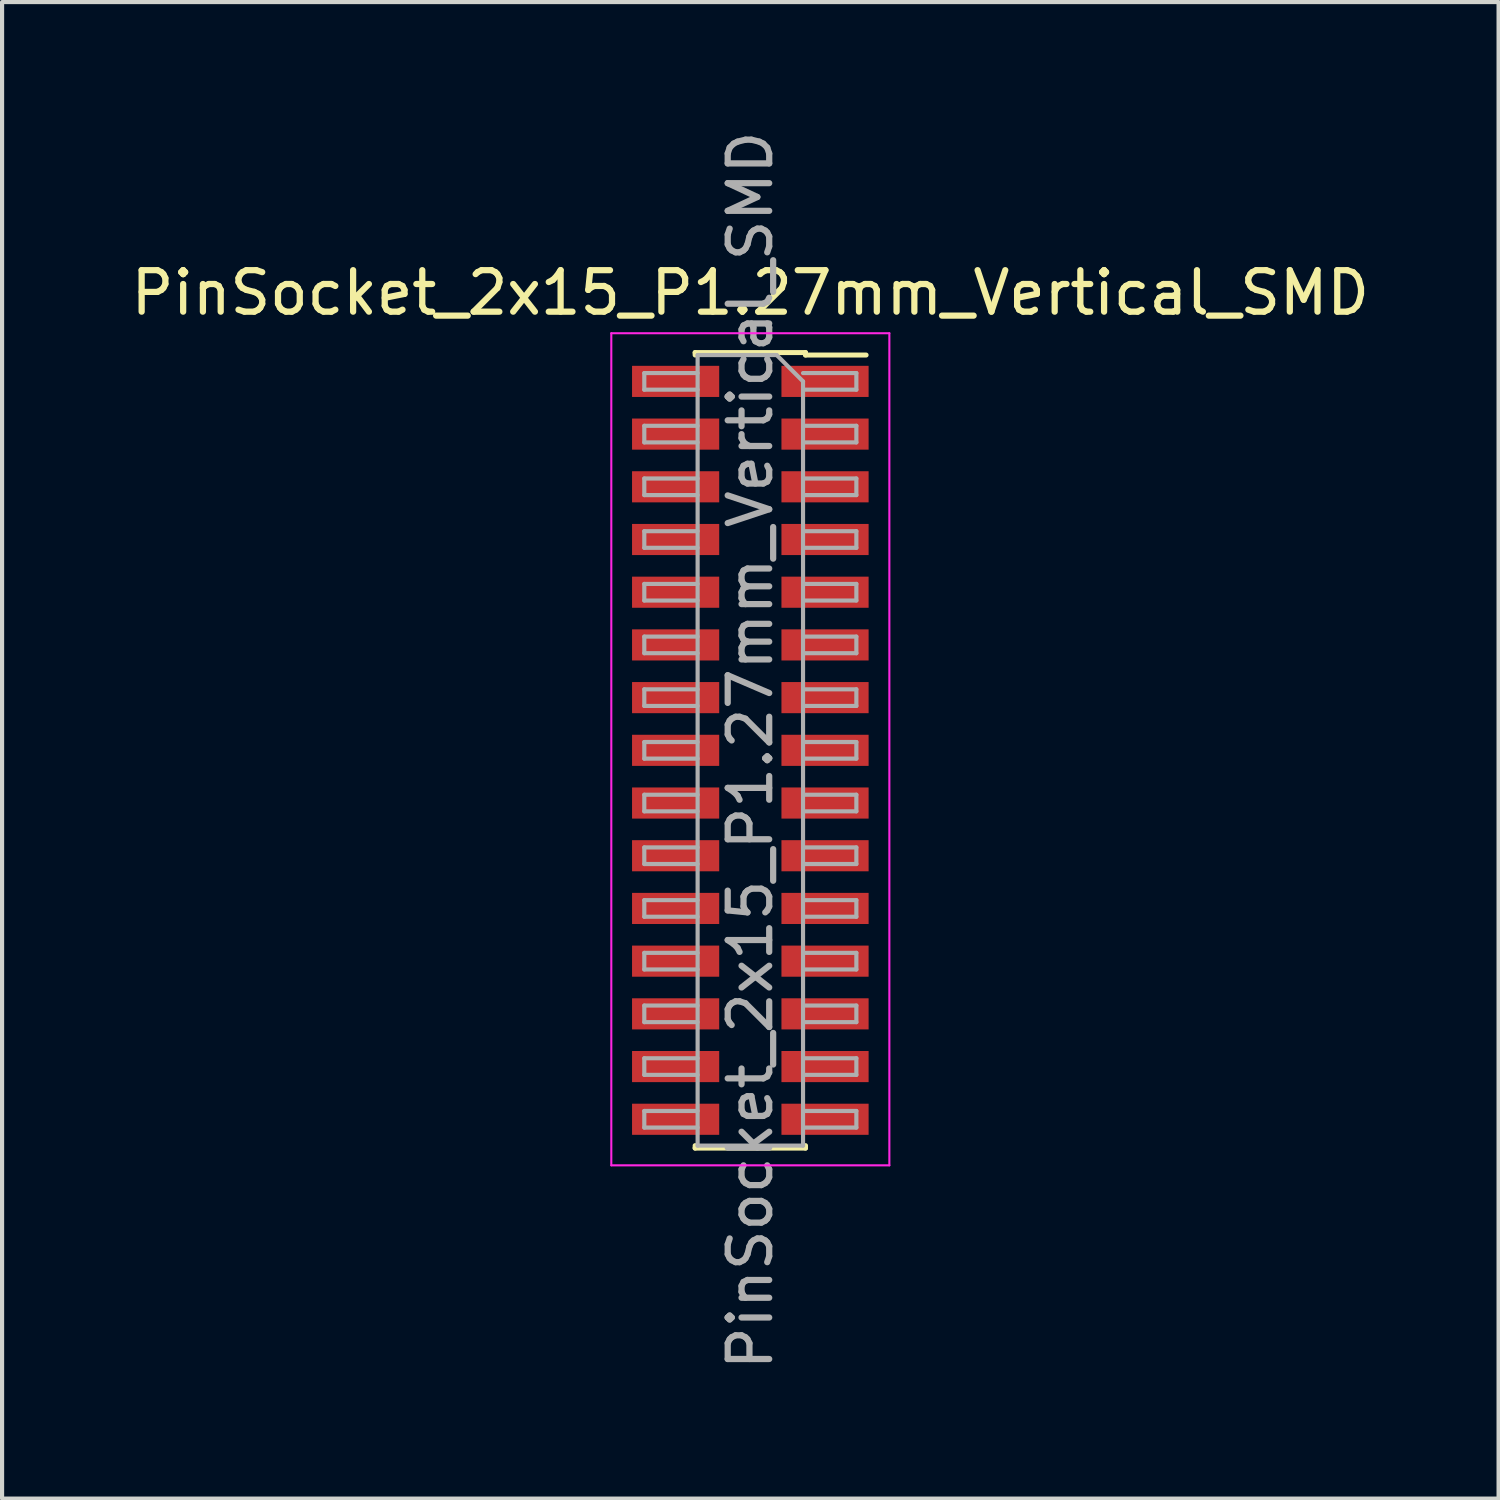
<source format=kicad_pcb>
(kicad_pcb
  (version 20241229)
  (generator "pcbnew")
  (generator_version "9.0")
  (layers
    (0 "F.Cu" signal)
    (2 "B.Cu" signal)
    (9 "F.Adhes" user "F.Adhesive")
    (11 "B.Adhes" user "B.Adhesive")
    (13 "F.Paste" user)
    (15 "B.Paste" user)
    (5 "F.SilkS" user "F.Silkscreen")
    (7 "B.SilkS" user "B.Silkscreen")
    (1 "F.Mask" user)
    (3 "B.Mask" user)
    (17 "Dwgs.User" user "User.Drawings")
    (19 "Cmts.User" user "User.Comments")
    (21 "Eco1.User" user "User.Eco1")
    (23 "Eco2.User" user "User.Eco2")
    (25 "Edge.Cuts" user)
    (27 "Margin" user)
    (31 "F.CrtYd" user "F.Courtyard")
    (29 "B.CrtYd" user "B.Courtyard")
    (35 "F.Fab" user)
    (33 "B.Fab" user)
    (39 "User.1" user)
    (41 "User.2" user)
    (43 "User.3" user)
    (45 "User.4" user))
  (footprint "PinSocket_2x15_P1.27mm_Vertical_SMD"
    (layer "F.Cu")
    (at 15.03 15.03)
    (property "Reference" "PinSocket_2x15_P1.27mm_Vertical_SMD" (at 0 -11.025 0) (layer "F.SilkS") (effects (font (size 1 1) (thickness 0.15))))
    (attr smd)
    (fp_line (start -1.33 -9.585) (end -1.33 -9.525) (stroke (width 0.12) (type solid)) (layer "F.SilkS"))
    (fp_line (start -1.33 -9.585) (end 1.33 -9.585) (stroke (width 0.12) (type solid)) (layer "F.SilkS"))
    (fp_line (start -1.33 9.525) (end -1.33 9.585) (stroke (width 0.12) (type solid)) (layer "F.SilkS"))
    (fp_line (start -1.33 9.585) (end 1.33 9.585) (stroke (width 0.12) (type solid)) (layer "F.SilkS"))
    (fp_line (start 1.33 -9.585) (end 1.33 -9.525) (stroke (width 0.12) (type solid)) (layer "F.SilkS"))
    (fp_line (start 1.33 -9.525) (end 2.79 -9.525) (stroke (width 0.12) (type solid)) (layer "F.SilkS"))
    (fp_line (start 1.33 9.525) (end 1.33 9.585) (stroke (width 0.12) (type solid)) (layer "F.SilkS"))
    (fp_line (start -3.35 -10.05) (end 3.35 -10.05) (stroke (width 0.05) (type solid)) (layer "F.CrtYd"))
    (fp_line (start -3.35 10) (end -3.35 -10.05) (stroke (width 0.05) (type solid)) (layer "F.CrtYd"))
    (fp_line (start 3.35 -10.05) (end 3.35 10) (stroke (width 0.05) (type solid)) (layer "F.CrtYd"))
    (fp_line (start 3.35 10) (end -3.35 10) (stroke (width 0.05) (type solid)) (layer "F.CrtYd"))
    (fp_line (start -2.555 -9.09) (end -1.27 -9.09) (stroke (width 0.1) (type solid)) (layer "F.Fab"))
    (fp_line (start -2.555 -8.69) (end -2.555 -9.09) (stroke (width 0.1) (type solid)) (layer "F.Fab"))
    (fp_line (start -2.555 -7.82) (end -1.27 -7.82) (stroke (width 0.1) (type solid)) (layer "F.Fab"))
    (fp_line (start -2.555 -7.42) (end -2.555 -7.82) (stroke (width 0.1) (type solid)) (layer "F.Fab"))
    (fp_line (start -2.555 -6.55) (end -1.27 -6.55) (stroke (width 0.1) (type solid)) (layer "F.Fab"))
    (fp_line (start -2.555 -6.15) (end -2.555 -6.55) (stroke (width 0.1) (type solid)) (layer "F.Fab"))
    (fp_line (start -2.555 -5.28) (end -1.27 -5.28) (stroke (width 0.1) (type solid)) (layer "F.Fab"))
    (fp_line (start -2.555 -4.88) (end -2.555 -5.28) (stroke (width 0.1) (type solid)) (layer "F.Fab"))
    (fp_line (start -2.555 -4.01) (end -1.27 -4.01) (stroke (width 0.1) (type solid)) (layer "F.Fab"))
    (fp_line (start -2.555 -3.61) (end -2.555 -4.01) (stroke (width 0.1) (type solid)) (layer "F.Fab"))
    (fp_line (start -2.555 -2.74) (end -1.27 -2.74) (stroke (width 0.1) (type solid)) (layer "F.Fab"))
    (fp_line (start -2.555 -2.34) (end -2.555 -2.74) (stroke (width 0.1) (type solid)) (layer "F.Fab"))
    (fp_line (start -2.555 -1.47) (end -1.27 -1.47) (stroke (width 0.1) (type solid)) (layer "F.Fab"))
    (fp_line (start -2.555 -1.07) (end -2.555 -1.47) (stroke (width 0.1) (type solid)) (layer "F.Fab"))
    (fp_line (start -2.555 -0.2) (end -1.27 -0.2) (stroke (width 0.1) (type solid)) (layer "F.Fab"))
    (fp_line (start -2.555 0.2) (end -2.555 -0.2) (stroke (width 0.1) (type solid)) (layer "F.Fab"))
    (fp_line (start -2.555 1.07) (end -1.27 1.07) (stroke (width 0.1) (type solid)) (layer "F.Fab"))
    (fp_line (start -2.555 1.47) (end -2.555 1.07) (stroke (width 0.1) (type solid)) (layer "F.Fab"))
    (fp_line (start -2.555 2.34) (end -1.27 2.34) (stroke (width 0.1) (type solid)) (layer "F.Fab"))
    (fp_line (start -2.555 2.74) (end -2.555 2.34) (stroke (width 0.1) (type solid)) (layer "F.Fab"))
    (fp_line (start -2.555 3.61) (end -1.27 3.61) (stroke (width 0.1) (type solid)) (layer "F.Fab"))
    (fp_line (start -2.555 4.01) (end -2.555 3.61) (stroke (width 0.1) (type solid)) (layer "F.Fab"))
    (fp_line (start -2.555 4.88) (end -1.27 4.88) (stroke (width 0.1) (type solid)) (layer "F.Fab"))
    (fp_line (start -2.555 5.28) (end -2.555 4.88) (stroke (width 0.1) (type solid)) (layer "F.Fab"))
    (fp_line (start -2.555 6.15) (end -1.27 6.15) (stroke (width 0.1) (type solid)) (layer "F.Fab"))
    (fp_line (start -2.555 6.55) (end -2.555 6.15) (stroke (width 0.1) (type solid)) (layer "F.Fab"))
    (fp_line (start -2.555 7.42) (end -1.27 7.42) (stroke (width 0.1) (type solid)) (layer "F.Fab"))
    (fp_line (start -2.555 7.82) (end -2.555 7.42) (stroke (width 0.1) (type solid)) (layer "F.Fab"))
    (fp_line (start -2.555 8.69) (end -1.27 8.69) (stroke (width 0.1) (type solid)) (layer "F.Fab"))
    (fp_line (start -2.555 9.09) (end -2.555 8.69) (stroke (width 0.1) (type solid)) (layer "F.Fab"))
    (fp_line (start -1.27 -9.525) (end 0.635 -9.525) (stroke (width 0.1) (type solid)) (layer "F.Fab"))
    (fp_line (start -1.27 -8.69) (end -2.555 -8.69) (stroke (width 0.1) (type solid)) (layer "F.Fab"))
    (fp_line (start -1.27 -7.42) (end -2.555 -7.42) (stroke (width 0.1) (type solid)) (layer "F.Fab"))
    (fp_line (start -1.27 -6.15) (end -2.555 -6.15) (stroke (width 0.1) (type solid)) (layer "F.Fab"))
    (fp_line (start -1.27 -4.88) (end -2.555 -4.88) (stroke (width 0.1) (type solid)) (layer "F.Fab"))
    (fp_line (start -1.27 -3.61) (end -2.555 -3.61) (stroke (width 0.1) (type solid)) (layer "F.Fab"))
    (fp_line (start -1.27 -2.34) (end -2.555 -2.34) (stroke (width 0.1) (type solid)) (layer "F.Fab"))
    (fp_line (start -1.27 -1.07) (end -2.555 -1.07) (stroke (width 0.1) (type solid)) (layer "F.Fab"))
    (fp_line (start -1.27 0.2) (end -2.555 0.2) (stroke (width 0.1) (type solid)) (layer "F.Fab"))
    (fp_line (start -1.27 1.47) (end -2.555 1.47) (stroke (width 0.1) (type solid)) (layer "F.Fab"))
    (fp_line (start -1.27 2.74) (end -2.555 2.74) (stroke (width 0.1) (type solid)) (layer "F.Fab"))
    (fp_line (start -1.27 4.01) (end -2.555 4.01) (stroke (width 0.1) (type solid)) (layer "F.Fab"))
    (fp_line (start -1.27 5.28) (end -2.555 5.28) (stroke (width 0.1) (type solid)) (layer "F.Fab"))
    (fp_line (start -1.27 6.55) (end -2.555 6.55) (stroke (width 0.1) (type solid)) (layer "F.Fab"))
    (fp_line (start -1.27 7.82) (end -2.555 7.82) (stroke (width 0.1) (type solid)) (layer "F.Fab"))
    (fp_line (start -1.27 9.09) (end -2.555 9.09) (stroke (width 0.1) (type solid)) (layer "F.Fab"))
    (fp_line (start -1.27 9.525) (end -1.27 -9.525) (stroke (width 0.1) (type solid)) (layer "F.Fab"))
    (fp_line (start 0.635 -9.525) (end 1.27 -8.89) (stroke (width 0.1) (type solid)) (layer "F.Fab"))
    (fp_line (start 1.27 -9.09) (end 2.555 -9.09) (stroke (width 0.1) (type solid)) (layer "F.Fab"))
    (fp_line (start 1.27 -8.89) (end 1.27 9.525) (stroke (width 0.1) (type solid)) (layer "F.Fab"))
    (fp_line (start 1.27 -7.82) (end 2.555 -7.82) (stroke (width 0.1) (type solid)) (layer "F.Fab"))
    (fp_line (start 1.27 -6.55) (end 2.555 -6.55) (stroke (width 0.1) (type solid)) (layer "F.Fab"))
    (fp_line (start 1.27 -5.28) (end 2.555 -5.28) (stroke (width 0.1) (type solid)) (layer "F.Fab"))
    (fp_line (start 1.27 -4.01) (end 2.555 -4.01) (stroke (width 0.1) (type solid)) (layer "F.Fab"))
    (fp_line (start 1.27 -2.74) (end 2.555 -2.74) (stroke (width 0.1) (type solid)) (layer "F.Fab"))
    (fp_line (start 1.27 -1.47) (end 2.555 -1.47) (stroke (width 0.1) (type solid)) (layer "F.Fab"))
    (fp_line (start 1.27 -0.2) (end 2.555 -0.2) (stroke (width 0.1) (type solid)) (layer "F.Fab"))
    (fp_line (start 1.27 1.07) (end 2.555 1.07) (stroke (width 0.1) (type solid)) (layer "F.Fab"))
    (fp_line (start 1.27 2.34) (end 2.555 2.34) (stroke (width 0.1) (type solid)) (layer "F.Fab"))
    (fp_line (start 1.27 3.61) (end 2.555 3.61) (stroke (width 0.1) (type solid)) (layer "F.Fab"))
    (fp_line (start 1.27 4.88) (end 2.555 4.88) (stroke (width 0.1) (type solid)) (layer "F.Fab"))
    (fp_line (start 1.27 6.15) (end 2.555 6.15) (stroke (width 0.1) (type solid)) (layer "F.Fab"))
    (fp_line (start 1.27 7.42) (end 2.555 7.42) (stroke (width 0.1) (type solid)) (layer "F.Fab"))
    (fp_line (start 1.27 8.69) (end 2.555 8.69) (stroke (width 0.1) (type solid)) (layer "F.Fab"))
    (fp_line (start 1.27 9.525) (end -1.27 9.525) (stroke (width 0.1) (type solid)) (layer "F.Fab"))
    (fp_line (start 2.555 -9.09) (end 2.555 -8.69) (stroke (width 0.1) (type solid)) (layer "F.Fab"))
    (fp_line (start 2.555 -8.69) (end 1.27 -8.69) (stroke (width 0.1) (type solid)) (layer "F.Fab"))
    (fp_line (start 2.555 -7.82) (end 2.555 -7.42) (stroke (width 0.1) (type solid)) (layer "F.Fab"))
    (fp_line (start 2.555 -7.42) (end 1.27 -7.42) (stroke (width 0.1) (type solid)) (layer "F.Fab"))
    (fp_line (start 2.555 -6.55) (end 2.555 -6.15) (stroke (width 0.1) (type solid)) (layer "F.Fab"))
    (fp_line (start 2.555 -6.15) (end 1.27 -6.15) (stroke (width 0.1) (type solid)) (layer "F.Fab"))
    (fp_line (start 2.555 -5.28) (end 2.555 -4.88) (stroke (width 0.1) (type solid)) (layer "F.Fab"))
    (fp_line (start 2.555 -4.88) (end 1.27 -4.88) (stroke (width 0.1) (type solid)) (layer "F.Fab"))
    (fp_line (start 2.555 -4.01) (end 2.555 -3.61) (stroke (width 0.1) (type solid)) (layer "F.Fab"))
    (fp_line (start 2.555 -3.61) (end 1.27 -3.61) (stroke (width 0.1) (type solid)) (layer "F.Fab"))
    (fp_line (start 2.555 -2.74) (end 2.555 -2.34) (stroke (width 0.1) (type solid)) (layer "F.Fab"))
    (fp_line (start 2.555 -2.34) (end 1.27 -2.34) (stroke (width 0.1) (type solid)) (layer "F.Fab"))
    (fp_line (start 2.555 -1.47) (end 2.555 -1.07) (stroke (width 0.1) (type solid)) (layer "F.Fab"))
    (fp_line (start 2.555 -1.07) (end 1.27 -1.07) (stroke (width 0.1) (type solid)) (layer "F.Fab"))
    (fp_line (start 2.555 -0.2) (end 2.555 0.2) (stroke (width 0.1) (type solid)) (layer "F.Fab"))
    (fp_line (start 2.555 0.2) (end 1.27 0.2) (stroke (width 0.1) (type solid)) (layer "F.Fab"))
    (fp_line (start 2.555 1.07) (end 2.555 1.47) (stroke (width 0.1) (type solid)) (layer "F.Fab"))
    (fp_line (start 2.555 1.47) (end 1.27 1.47) (stroke (width 0.1) (type solid)) (layer "F.Fab"))
    (fp_line (start 2.555 2.34) (end 2.555 2.74) (stroke (width 0.1) (type solid)) (layer "F.Fab"))
    (fp_line (start 2.555 2.74) (end 1.27 2.74) (stroke (width 0.1) (type solid)) (layer "F.Fab"))
    (fp_line (start 2.555 3.61) (end 2.555 4.01) (stroke (width 0.1) (type solid)) (layer "F.Fab"))
    (fp_line (start 2.555 4.01) (end 1.27 4.01) (stroke (width 0.1) (type solid)) (layer "F.Fab"))
    (fp_line (start 2.555 4.88) (end 2.555 5.28) (stroke (width 0.1) (type solid)) (layer "F.Fab"))
    (fp_line (start 2.555 5.28) (end 1.27 5.28) (stroke (width 0.1) (type solid)) (layer "F.Fab"))
    (fp_line (start 2.555 6.15) (end 2.555 6.55) (stroke (width 0.1) (type solid)) (layer "F.Fab"))
    (fp_line (start 2.555 6.55) (end 1.27 6.55) (stroke (width 0.1) (type solid)) (layer "F.Fab"))
    (fp_line (start 2.555 7.42) (end 2.555 7.82) (stroke (width 0.1) (type solid)) (layer "F.Fab"))
    (fp_line (start 2.555 7.82) (end 1.27 7.82) (stroke (width 0.1) (type solid)) (layer "F.Fab"))
    (fp_line (start 2.555 8.69) (end 2.555 9.09) (stroke (width 0.1) (type solid)) (layer "F.Fab"))
    (fp_line (start 2.555 9.09) (end 1.27 9.09) (stroke (width 0.1) (type solid)) (layer "F.Fab"))
    (fp_text user "${REFERENCE}" (at 0 0 90) (layer "F.Fab") (effects (font (size 1 1) (thickness 0.15))))
    (pad "1" smd rect (at 1.8 -8.89) (size 2.1 0.75) (layers "F.Cu" "F.Mask" "F.Paste"))
    (pad "2" smd rect (at -1.8 -8.89) (size 2.1 0.75) (layers "F.Cu" "F.Mask" "F.Paste"))
    (pad "3" smd rect (at 1.8 -7.62) (size 2.1 0.75) (layers "F.Cu" "F.Mask" "F.Paste"))
    (pad "4" smd rect (at -1.8 -7.62) (size 2.1 0.75) (layers "F.Cu" "F.Mask" "F.Paste"))
    (pad "5" smd rect (at 1.8 -6.35) (size 2.1 0.75) (layers "F.Cu" "F.Mask" "F.Paste"))
    (pad "6" smd rect (at -1.8 -6.35) (size 2.1 0.75) (layers "F.Cu" "F.Mask" "F.Paste"))
    (pad "7" smd rect (at 1.8 -5.08) (size 2.1 0.75) (layers "F.Cu" "F.Mask" "F.Paste"))
    (pad "8" smd rect (at -1.8 -5.08) (size 2.1 0.75) (layers "F.Cu" "F.Mask" "F.Paste"))
    (pad "9" smd rect (at 1.8 -3.81) (size 2.1 0.75) (layers "F.Cu" "F.Mask" "F.Paste"))
    (pad "10" smd rect (at -1.8 -3.81) (size 2.1 0.75) (layers "F.Cu" "F.Mask" "F.Paste"))
    (pad "11" smd rect (at 1.8 -2.54) (size 2.1 0.75) (layers "F.Cu" "F.Mask" "F.Paste"))
    (pad "12" smd rect (at -1.8 -2.54) (size 2.1 0.75) (layers "F.Cu" "F.Mask" "F.Paste"))
    (pad "13" smd rect (at 1.8 -1.27) (size 2.1 0.75) (layers "F.Cu" "F.Mask" "F.Paste"))
    (pad "14" smd rect (at -1.8 -1.27) (size 2.1 0.75) (layers "F.Cu" "F.Mask" "F.Paste"))
    (pad "15" smd rect (at 1.8 0) (size 2.1 0.75) (layers "F.Cu" "F.Mask" "F.Paste"))
    (pad "16" smd rect (at -1.8 0) (size 2.1 0.75) (layers "F.Cu" "F.Mask" "F.Paste"))
    (pad "17" smd rect (at 1.8 1.27) (size 2.1 0.75) (layers "F.Cu" "F.Mask" "F.Paste"))
    (pad "18" smd rect (at -1.8 1.27) (size 2.1 0.75) (layers "F.Cu" "F.Mask" "F.Paste"))
    (pad "19" smd rect (at 1.8 2.54) (size 2.1 0.75) (layers "F.Cu" "F.Mask" "F.Paste"))
    (pad "20" smd rect (at -1.8 2.54) (size 2.1 0.75) (layers "F.Cu" "F.Mask" "F.Paste"))
    (pad "21" smd rect (at 1.8 3.81) (size 2.1 0.75) (layers "F.Cu" "F.Mask" "F.Paste"))
    (pad "22" smd rect (at -1.8 3.81) (size 2.1 0.75) (layers "F.Cu" "F.Mask" "F.Paste"))
    (pad "23" smd rect (at 1.8 5.08) (size 2.1 0.75) (layers "F.Cu" "F.Mask" "F.Paste"))
    (pad "24" smd rect (at -1.8 5.08) (size 2.1 0.75) (layers "F.Cu" "F.Mask" "F.Paste"))
    (pad "25" smd rect (at 1.8 6.35) (size 2.1 0.75) (layers "F.Cu" "F.Mask" "F.Paste"))
    (pad "26" smd rect (at -1.8 6.35) (size 2.1 0.75) (layers "F.Cu" "F.Mask" "F.Paste"))
    (pad "27" smd rect (at 1.8 7.62) (size 2.1 0.75) (layers "F.Cu" "F.Mask" "F.Paste"))
    (pad "28" smd rect (at -1.8 7.62) (size 2.1 0.75) (layers "F.Cu" "F.Mask" "F.Paste"))
    (pad "29" smd rect (at 1.8 8.89) (size 2.1 0.75) (layers "F.Cu" "F.Mask" "F.Paste"))
    (pad "30" smd rect (at -1.8 8.89) (size 2.1 0.75) (layers "F.Cu" "F.Mask" "F.Paste")))
  (gr_rect
    (start -3 -3)
    (end 33.06 33.06)
    (stroke (width 0.1) (type default))
    (fill no)
    (layer "Edge.Cuts")))
</source>
